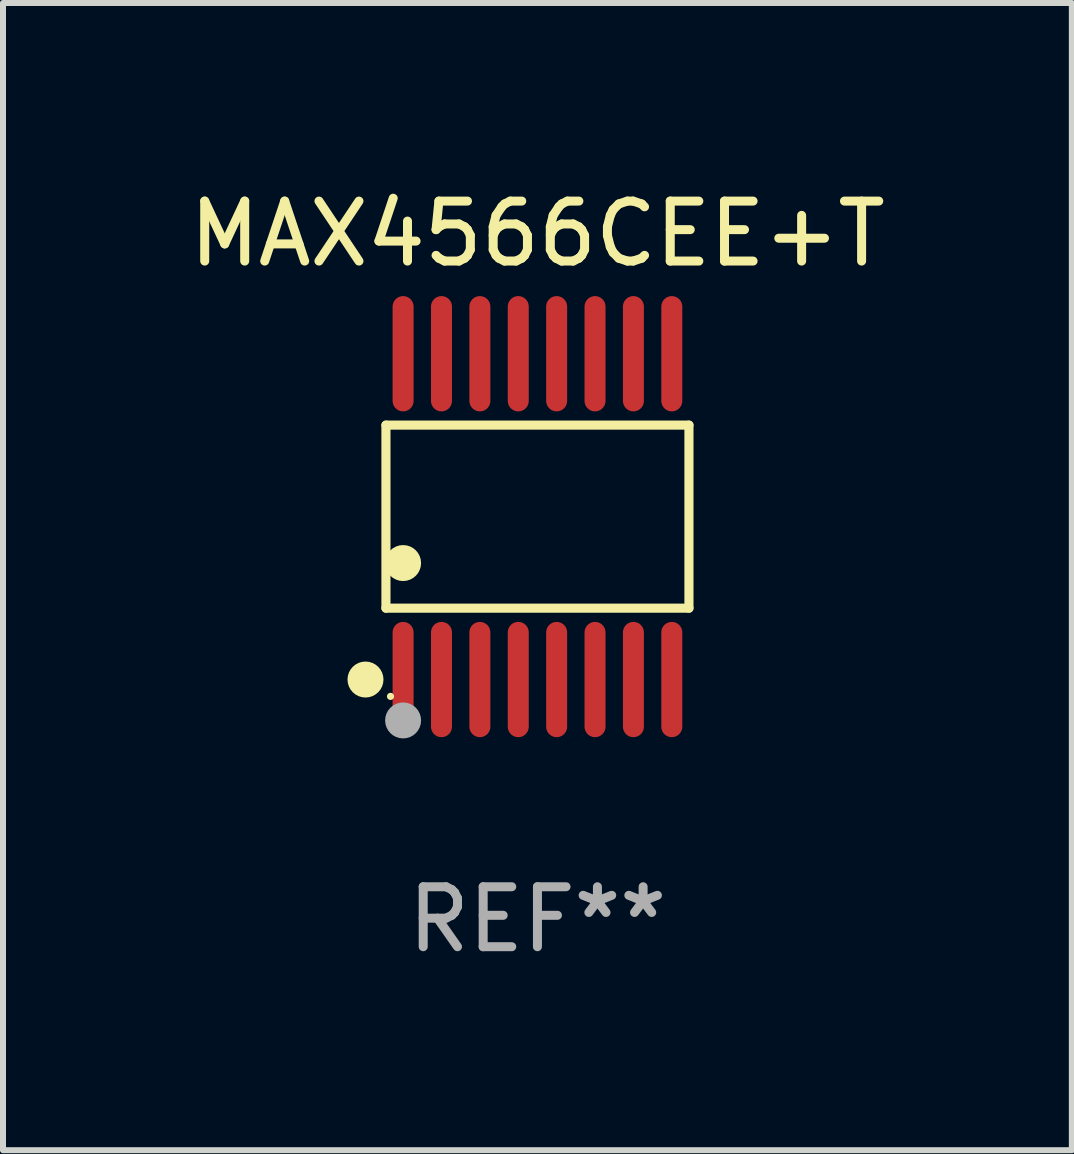
<source format=kicad_pcb>
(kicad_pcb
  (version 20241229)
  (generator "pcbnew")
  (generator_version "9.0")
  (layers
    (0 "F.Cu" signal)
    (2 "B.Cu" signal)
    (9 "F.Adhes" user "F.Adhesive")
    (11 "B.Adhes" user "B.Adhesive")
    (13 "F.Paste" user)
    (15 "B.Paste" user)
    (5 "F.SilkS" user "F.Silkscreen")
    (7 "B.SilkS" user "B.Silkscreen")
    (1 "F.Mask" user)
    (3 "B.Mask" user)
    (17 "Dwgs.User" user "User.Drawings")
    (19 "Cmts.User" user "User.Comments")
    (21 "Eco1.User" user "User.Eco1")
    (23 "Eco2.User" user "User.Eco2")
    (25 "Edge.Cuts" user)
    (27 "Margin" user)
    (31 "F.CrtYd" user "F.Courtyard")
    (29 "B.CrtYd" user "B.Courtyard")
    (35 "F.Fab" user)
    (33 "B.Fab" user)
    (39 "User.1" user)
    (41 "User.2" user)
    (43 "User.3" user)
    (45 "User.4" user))
  (footprint "MAX4566CEE+T"
    (layer "F.Cu")
    (at 5.911 5.564)
    (property "Reference" "MAX4566CEE+T" (at 0 -4.716 0) (layer "F.SilkS") (effects (font (size 1 1) (thickness 0.15))))
    (attr through_hole)
    (fp_line (start -2.526 -1.526) (end 2.526 -1.526) (stroke (width 0.152) (type solid)) (layer "F.SilkS"))
    (fp_line (start -2.526 1.526) (end -2.526 -1.526) (stroke (width 0.152) (type solid)) (layer "F.SilkS"))
    (fp_line (start 2.526 -1.526) (end 2.526 1.526) (stroke (width 0.152) (type solid)) (layer "F.SilkS"))
    (fp_line (start 2.526 1.526) (end -2.526 1.526) (stroke (width 0.152) (type solid)) (layer "F.SilkS"))
    (fp_circle (center -2.867 2.716) (end -2.717 2.716) (stroke (width 0.3) (type solid)) (fill no) (layer "F.SilkS"))
    (fp_circle (center -2.45 2.997) (end -2.42 2.997) (stroke (width 0.06) (type solid)) (fill no) (layer "F.SilkS"))
    (fp_circle (center -2.24 0.774) (end -2.09 0.774) (stroke (width 0.3) (type solid)) (fill no) (layer "F.SilkS"))
    (fp_circle (center -2.24 3.398) (end -2.09 3.398) (stroke (width 0.3) (type solid)) (fill no) (layer "F.Fab"))
    (fp_text user "REF**" (at 0 6.716 0) (layer "F.Fab") (effects (font (size 1 1) (thickness 0.15))))
    (pad "1" smd oval (at -2.24 2.716) (size 0.35 1.922) (layers "F.Cu" "F.Mask" "F.Paste"))
    (pad "2" smd oval (at -1.6 2.716) (size 0.35 1.922) (layers "F.Cu" "F.Mask" "F.Paste"))
    (pad "3" smd oval (at -0.96 2.716) (size 0.35 1.922) (layers "F.Cu" "F.Mask" "F.Paste"))
    (pad "4" smd oval (at -0.32 2.716) (size 0.35 1.922) (layers "F.Cu" "F.Mask" "F.Paste"))
    (pad "5" smd oval (at 0.32 2.716) (size 0.35 1.922) (layers "F.Cu" "F.Mask" "F.Paste"))
    (pad "6" smd oval (at 0.96 2.716) (size 0.35 1.922) (layers "F.Cu" "F.Mask" "F.Paste"))
    (pad "7" smd oval (at 1.6 2.716) (size 0.35 1.922) (layers "F.Cu" "F.Mask" "F.Paste"))
    (pad "8" smd oval (at 2.24 2.716) (size 0.35 1.922) (layers "F.Cu" "F.Mask" "F.Paste"))
    (pad "9" smd oval (at 2.24 -2.716) (size 0.35 1.922) (layers "F.Cu" "F.Mask" "F.Paste"))
    (pad "10" smd oval (at 1.6 -2.716) (size 0.35 1.922) (layers "F.Cu" "F.Mask" "F.Paste"))
    (pad "11" smd oval (at 0.96 -2.716) (size 0.35 1.922) (layers "F.Cu" "F.Mask" "F.Paste"))
    (pad "12" smd oval (at 0.32 -2.716) (size 0.35 1.922) (layers "F.Cu" "F.Mask" "F.Paste"))
    (pad "13" smd oval (at -0.32 -2.716) (size 0.35 1.922) (layers "F.Cu" "F.Mask" "F.Paste"))
    (pad "14" smd oval (at -0.96 -2.716) (size 0.35 1.922) (layers "F.Cu" "F.Mask" "F.Paste"))
    (pad "15" smd oval (at -1.6 -2.716) (size 0.35 1.922) (layers "F.Cu" "F.Mask" "F.Paste"))
    (pad "16" smd oval (at -2.24 -2.716) (size 0.35 1.922) (layers "F.Cu" "F.Mask" "F.Paste")))
  (gr_rect
    (start -3 -3)
    (end 14.821 16.128)
    (stroke (width 0.1) (type default))
    (fill no)
    (layer "Edge.Cuts")))
</source>
